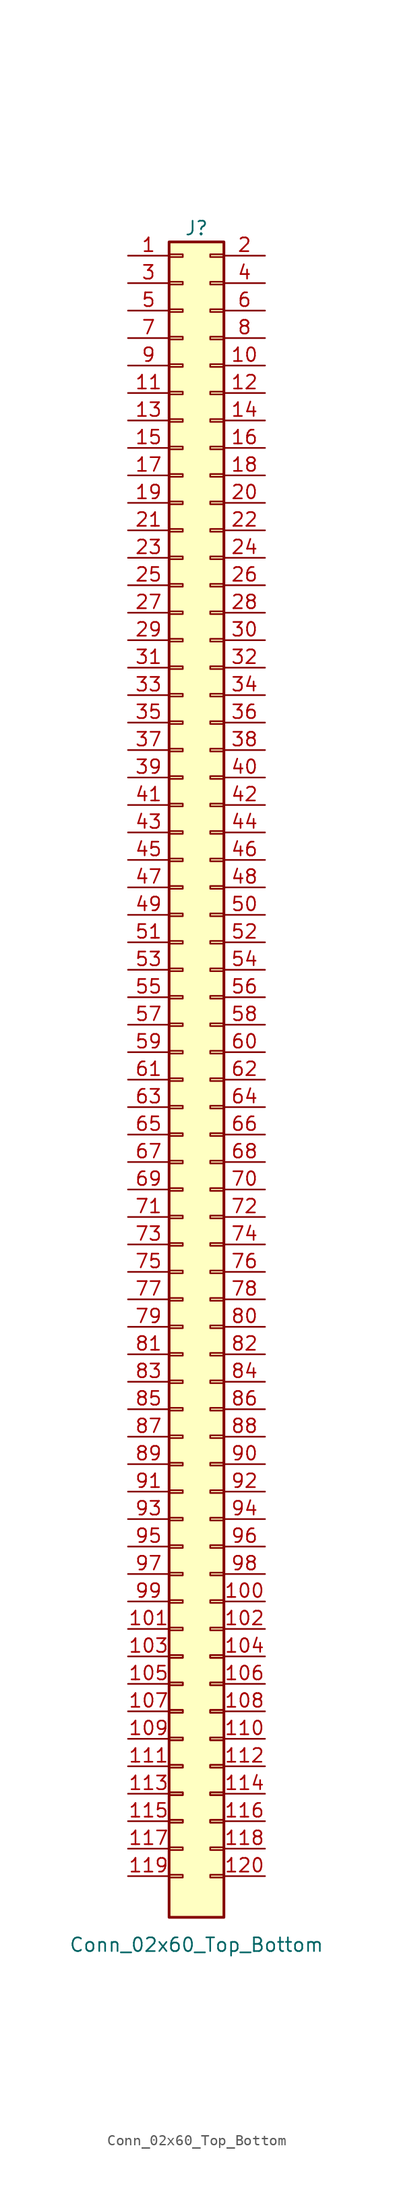
<source format=kicad_sym>
(kicad_symbol_lib
  (version 20220914)
  (generator kicad_symbol_editor)
  (symbol "Conn_02x60_Top_Bottom"
    (pin_names
      (offset 1.016) hide)
    (property "Reference" "J"
      (at 0 1.27 0)
      (effects (font (size 1.27 1.27))))
    (property "Value" "Conn_02x60_Top_Bottom"
      (at 0 -157.48 0)
      (effects (font (size 1.27 1.27))))
    (symbol "Conn_02x60_Top_Bottom_1_1"
      (rectangle (start -2.54 -151.003) (end -1.27 -151.257) (stroke (width 0.152) (type default)) (fill (type none)))
      (rectangle (start -2.54 -148.463) (end -1.27 -148.717) (stroke (width 0.152) (type default)) (fill (type none)))
      (rectangle (start -2.54 -145.923) (end -1.27 -146.177) (stroke (width 0.152) (type default)) (fill (type none)))
      (rectangle (start -2.54 -145.923) (end -1.27 -146.177) (stroke (width 0.152) (type default)) (fill (type none)))
      (rectangle (start -2.54 -143.383) (end -1.27 -143.637) (stroke (width 0.152) (type default)) (fill (type none)))
      (rectangle (start -2.54 -143.383) (end -1.27 -143.637) (stroke (width 0.152) (type default)) (fill (type none)))
      (rectangle (start -2.54 -140.843) (end -1.27 -141.097) (stroke (width 0.152) (type default)) (fill (type none)))
      (rectangle (start -2.54 -140.843) (end -1.27 -141.097) (stroke (width 0.152) (type default)) (fill (type none)))
      (rectangle (start -2.54 -138.303) (end -1.27 -138.557) (stroke (width 0.152) (type default)) (fill (type none)))
      (rectangle (start -2.54 -138.303) (end -1.27 -138.557) (stroke (width 0.152) (type default)) (fill (type none)))
      (rectangle (start -2.54 -135.763) (end -1.27 -136.017) (stroke (width 0.152) (type default)) (fill (type none)))
      (rectangle (start -2.54 -135.763) (end -1.27 -136.017) (stroke (width 0.152) (type default)) (fill (type none)))
      (rectangle (start -2.54 -133.223) (end -1.27 -133.477) (stroke (width 0.152) (type default)) (fill (type none)))
      (rectangle (start -2.54 -133.223) (end -1.27 -133.477) (stroke (width 0.152) (type default)) (fill (type none)))
      (rectangle (start -2.54 -130.683) (end -1.27 -130.937) (stroke (width 0.152) (type default)) (fill (type none)))
      (rectangle (start -2.54 -130.683) (end -1.27 -130.937) (stroke (width 0.152) (type default)) (fill (type none)))
      (rectangle (start -2.54 -128.143) (end -1.27 -128.397) (stroke (width 0.152) (type default)) (fill (type none)))
      (rectangle (start -2.54 -125.603) (end -1.27 -125.857) (stroke (width 0.152) (type default)) (fill (type none)))
      (rectangle (start -2.54 -123.063) (end -1.27 -123.317) (stroke (width 0.152) (type default)) (fill (type none)))
      (rectangle (start -2.54 -120.523) (end -1.27 -120.777) (stroke (width 0.152) (type default)) (fill (type none)))
      (rectangle (start -2.54 -117.983) (end -1.27 -118.237) (stroke (width 0.152) (type default)) (fill (type none)))
      (rectangle (start -2.54 -115.443) (end -1.27 -115.697) (stroke (width 0.152) (type default)) (fill (type none)))
      (rectangle (start -2.54 -112.903) (end -1.27 -113.157) (stroke (width 0.152) (type default)) (fill (type none)))
      (rectangle (start -2.54 -110.363) (end -1.27 -110.617) (stroke (width 0.152) (type default)) (fill (type none)))
      (rectangle (start -2.54 -107.823) (end -1.27 -108.077) (stroke (width 0.152) (type default)) (fill (type none)))
      (rectangle (start -2.54 -105.283) (end -1.27 -105.537) (stroke (width 0.152) (type default)) (fill (type none)))
      (rectangle (start -2.54 -102.743) (end -1.27 -102.997) (stroke (width 0.152) (type default)) (fill (type none)))
      (rectangle (start -2.54 -100.203) (end -1.27 -100.457) (stroke (width 0.152) (type default)) (fill (type none)))
      (rectangle (start -2.54 -97.663) (end -1.27 -97.917) (stroke (width 0.152) (type default)) (fill (type none)))
      (rectangle (start -2.54 -95.123) (end -1.27 -95.377) (stroke (width 0.152) (type default)) (fill (type none)))
      (rectangle (start -2.54 -92.583) (end -1.27 -92.837) (stroke (width 0.152) (type default)) (fill (type none)))
      (rectangle (start -2.54 -90.043) (end -1.27 -90.297) (stroke (width 0.152) (type default)) (fill (type none)))
      (rectangle (start -2.54 -87.503) (end -1.27 -87.757) (stroke (width 0.152) (type default)) (fill (type none)))
      (rectangle (start -2.54 -84.963) (end -1.27 -85.217) (stroke (width 0.152) (type default)) (fill (type none)))
      (rectangle (start -2.54 -82.423) (end -1.27 -82.677) (stroke (width 0.152) (type default)) (fill (type none)))
      (rectangle (start -2.54 -79.883) (end -1.27 -80.137) (stroke (width 0.152) (type default)) (fill (type none)))
      (rectangle (start -2.54 -77.343) (end -1.27 -77.597) (stroke (width 0.152) (type default)) (fill (type none)))
      (rectangle (start -2.54 -74.803) (end -1.27 -75.057) (stroke (width 0.152) (type default)) (fill (type none)))
      (rectangle (start -2.54 -72.263) (end -1.27 -72.517) (stroke (width 0.152) (type default)) (fill (type none)))
      (rectangle (start -2.54 -69.723) (end -1.27 -69.977) (stroke (width 0.152) (type default)) (fill (type none)))
      (rectangle (start -2.54 -67.183) (end -1.27 -67.437) (stroke (width 0.152) (type default)) (fill (type none)))
      (rectangle (start -2.54 -64.643) (end -1.27 -64.897) (stroke (width 0.152) (type default)) (fill (type none)))
      (rectangle (start -2.54 -62.103) (end -1.27 -62.357) (stroke (width 0.152) (type default)) (fill (type none)))
      (rectangle (start -2.54 -59.563) (end -1.27 -59.817) (stroke (width 0.152) (type default)) (fill (type none)))
      (rectangle (start -2.54 -57.023) (end -1.27 -57.277) (stroke (width 0.152) (type default)) (fill (type none)))
      (rectangle (start -2.54 -54.483) (end -1.27 -54.737) (stroke (width 0.152) (type default)) (fill (type none)))
      (rectangle (start -2.54 -51.943) (end -1.27 -52.197) (stroke (width 0.152) (type default)) (fill (type none)))
      (rectangle (start -2.54 -49.403) (end -1.27 -49.657) (stroke (width 0.152) (type default)) (fill (type none)))
      (rectangle (start -2.54 -46.863) (end -1.27 -47.117) (stroke (width 0.152) (type default)) (fill (type none)))
      (rectangle (start -2.54 -44.323) (end -1.27 -44.577) (stroke (width 0.152) (type default)) (fill (type none)))
      (rectangle (start -2.54 -41.783) (end -1.27 -42.037) (stroke (width 0.152) (type default)) (fill (type none)))
      (rectangle (start -2.54 -39.243) (end -1.27 -39.497) (stroke (width 0.152) (type default)) (fill (type none)))
      (rectangle (start -2.54 -36.703) (end -1.27 -36.957) (stroke (width 0.152) (type default)) (fill (type none)))
      (rectangle (start -2.54 -34.163) (end -1.27 -34.417) (stroke (width 0.152) (type default)) (fill (type none)))
      (rectangle (start -2.54 -31.623) (end -1.27 -31.877) (stroke (width 0.152) (type default)) (fill (type none)))
      (rectangle (start -2.54 -29.083) (end -1.27 -29.337) (stroke (width 0.152) (type default)) (fill (type none)))
      (rectangle (start -2.54 -26.543) (end -1.27 -26.797) (stroke (width 0.152) (type default)) (fill (type none)))
      (rectangle (start -2.54 -24.003) (end -1.27 -24.257) (stroke (width 0.152) (type default)) (fill (type none)))
      (rectangle (start -2.54 -21.463) (end -1.27 -21.717) (stroke (width 0.152) (type default)) (fill (type none)))
      (rectangle (start -2.54 -18.923) (end -1.27 -19.177) (stroke (width 0.152) (type default)) (fill (type none)))
      (rectangle (start -2.54 -16.383) (end -1.27 -16.637) (stroke (width 0.152) (type default)) (fill (type none)))
      (rectangle (start -2.54 -13.843) (end -1.27 -14.097) (stroke (width 0.152) (type default)) (fill (type none)))
      (rectangle (start -2.54 -11.303) (end -1.27 -11.557) (stroke (width 0.152) (type default)) (fill (type none)))
      (rectangle (start -2.54 -8.763) (end -1.27 -9.017) (stroke (width 0.152) (type default)) (fill (type none)))
      (rectangle (start -2.54 -6.223) (end -1.27 -6.477) (stroke (width 0.152) (type default)) (fill (type none)))
      (rectangle (start -2.54 -3.683) (end -1.27 -3.937) (stroke (width 0.152) (type default)) (fill (type none)))
      (rectangle (start -2.54 -1.143) (end -1.27 -1.397) (stroke (width 0.152) (type default)) (fill (type none)))
      (rectangle (start -2.54 0) (end 2.54 -154.94) (stroke (width 0.254) (type default)) (fill (type background)))
      (rectangle (start 2.54 -151.003) (end 1.27 -151.257) (stroke (width 0.152) (type default)) (fill (type none)))
      (rectangle (start 2.54 -148.463) (end 1.27 -148.717) (stroke (width 0.152) (type default)) (fill (type none)))
      (rectangle (start 2.54 -145.923) (end 1.27 -146.177) (stroke (width 0.152) (type default)) (fill (type none)))
      (rectangle (start 2.54 -145.923) (end 1.27 -146.177) (stroke (width 0.152) (type default)) (fill (type none)))
      (rectangle (start 2.54 -143.383) (end 1.27 -143.637) (stroke (width 0.152) (type default)) (fill (type none)))
      (rectangle (start 2.54 -143.383) (end 1.27 -143.637) (stroke (width 0.152) (type default)) (fill (type none)))
      (rectangle (start 2.54 -140.843) (end 1.27 -141.097) (stroke (width 0.152) (type default)) (fill (type none)))
      (rectangle (start 2.54 -140.843) (end 1.27 -141.097) (stroke (width 0.152) (type default)) (fill (type none)))
      (rectangle (start 2.54 -138.303) (end 1.27 -138.557) (stroke (width 0.152) (type default)) (fill (type none)))
      (rectangle (start 2.54 -138.303) (end 1.27 -138.557) (stroke (width 0.152) (type default)) (fill (type none)))
      (rectangle (start 2.54 -135.763) (end 1.27 -136.017) (stroke (width 0.152) (type default)) (fill (type none)))
      (rectangle (start 2.54 -135.763) (end 1.27 -136.017) (stroke (width 0.152) (type default)) (fill (type none)))
      (rectangle (start 2.54 -133.223) (end 1.27 -133.477) (stroke (width 0.152) (type default)) (fill (type none)))
      (rectangle (start 2.54 -133.223) (end 1.27 -133.477) (stroke (width 0.152) (type default)) (fill (type none)))
      (rectangle (start 2.54 -130.683) (end 1.27 -130.937) (stroke (width 0.152) (type default)) (fill (type none)))
      (rectangle (start 2.54 -130.683) (end 1.27 -130.937) (stroke (width 0.152) (type default)) (fill (type none)))
      (rectangle (start 2.54 -128.143) (end 1.27 -128.397) (stroke (width 0.152) (type default)) (fill (type none)))
      (rectangle (start 2.54 -125.603) (end 1.27 -125.857) (stroke (width 0.152) (type default)) (fill (type none)))
      (rectangle (start 2.54 -123.063) (end 1.27 -123.317) (stroke (width 0.152) (type default)) (fill (type none)))
      (rectangle (start 2.54 -120.523) (end 1.27 -120.777) (stroke (width 0.152) (type default)) (fill (type none)))
      (rectangle (start 2.54 -117.983) (end 1.27 -118.237) (stroke (width 0.152) (type default)) (fill (type none)))
      (rectangle (start 2.54 -115.443) (end 1.27 -115.697) (stroke (width 0.152) (type default)) (fill (type none)))
      (rectangle (start 2.54 -112.903) (end 1.27 -113.157) (stroke (width 0.152) (type default)) (fill (type none)))
      (rectangle (start 2.54 -110.363) (end 1.27 -110.617) (stroke (width 0.152) (type default)) (fill (type none)))
      (rectangle (start 2.54 -107.823) (end 1.27 -108.077) (stroke (width 0.152) (type default)) (fill (type none)))
      (rectangle (start 2.54 -105.283) (end 1.27 -105.537) (stroke (width 0.152) (type default)) (fill (type none)))
      (rectangle (start 2.54 -102.743) (end 1.27 -102.997) (stroke (width 0.152) (type default)) (fill (type none)))
      (rectangle (start 2.54 -100.203) (end 1.27 -100.457) (stroke (width 0.152) (type default)) (fill (type none)))
      (rectangle (start 2.54 -97.663) (end 1.27 -97.917) (stroke (width 0.152) (type default)) (fill (type none)))
      (rectangle (start 2.54 -95.123) (end 1.27 -95.377) (stroke (width 0.152) (type default)) (fill (type none)))
      (rectangle (start 2.54 -92.583) (end 1.27 -92.837) (stroke (width 0.152) (type default)) (fill (type none)))
      (rectangle (start 2.54 -90.043) (end 1.27 -90.297) (stroke (width 0.152) (type default)) (fill (type none)))
      (rectangle (start 2.54 -87.503) (end 1.27 -87.757) (stroke (width 0.152) (type default)) (fill (type none)))
      (rectangle (start 2.54 -84.963) (end 1.27 -85.217) (stroke (width 0.152) (type default)) (fill (type none)))
      (rectangle (start 2.54 -82.423) (end 1.27 -82.677) (stroke (width 0.152) (type default)) (fill (type none)))
      (rectangle (start 2.54 -79.883) (end 1.27 -80.137) (stroke (width 0.152) (type default)) (fill (type none)))
      (rectangle (start 2.54 -77.343) (end 1.27 -77.597) (stroke (width 0.152) (type default)) (fill (type none)))
      (rectangle (start 2.54 -74.803) (end 1.27 -75.057) (stroke (width 0.152) (type default)) (fill (type none)))
      (rectangle (start 2.54 -72.263) (end 1.27 -72.517) (stroke (width 0.152) (type default)) (fill (type none)))
      (rectangle (start 2.54 -69.723) (end 1.27 -69.977) (stroke (width 0.152) (type default)) (fill (type none)))
      (rectangle (start 2.54 -67.183) (end 1.27 -67.437) (stroke (width 0.152) (type default)) (fill (type none)))
      (rectangle (start 2.54 -64.643) (end 1.27 -64.897) (stroke (width 0.152) (type default)) (fill (type none)))
      (rectangle (start 2.54 -62.103) (end 1.27 -62.357) (stroke (width 0.152) (type default)) (fill (type none)))
      (rectangle (start 2.54 -59.563) (end 1.27 -59.817) (stroke (width 0.152) (type default)) (fill (type none)))
      (rectangle (start 2.54 -57.023) (end 1.27 -57.277) (stroke (width 0.152) (type default)) (fill (type none)))
      (rectangle (start 2.54 -54.483) (end 1.27 -54.737) (stroke (width 0.152) (type default)) (fill (type none)))
      (rectangle (start 2.54 -51.943) (end 1.27 -52.197) (stroke (width 0.152) (type default)) (fill (type none)))
      (rectangle (start 2.54 -49.403) (end 1.27 -49.657) (stroke (width 0.152) (type default)) (fill (type none)))
      (rectangle (start 2.54 -46.863) (end 1.27 -47.117) (stroke (width 0.152) (type default)) (fill (type none)))
      (rectangle (start 2.54 -44.323) (end 1.27 -44.577) (stroke (width 0.152) (type default)) (fill (type none)))
      (rectangle (start 2.54 -41.783) (end 1.27 -42.037) (stroke (width 0.152) (type default)) (fill (type none)))
      (rectangle (start 2.54 -39.243) (end 1.27 -39.497) (stroke (width 0.152) (type default)) (fill (type none)))
      (rectangle (start 2.54 -36.703) (end 1.27 -36.957) (stroke (width 0.152) (type default)) (fill (type none)))
      (rectangle (start 2.54 -34.163) (end 1.27 -34.417) (stroke (width 0.152) (type default)) (fill (type none)))
      (rectangle (start 2.54 -31.623) (end 1.27 -31.877) (stroke (width 0.152) (type default)) (fill (type none)))
      (rectangle (start 2.54 -29.083) (end 1.27 -29.337) (stroke (width 0.152) (type default)) (fill (type none)))
      (rectangle (start 2.54 -26.543) (end 1.27 -26.797) (stroke (width 0.152) (type default)) (fill (type none)))
      (rectangle (start 2.54 -24.003) (end 1.27 -24.257) (stroke (width 0.152) (type default)) (fill (type none)))
      (rectangle (start 2.54 -21.463) (end 1.27 -21.717) (stroke (width 0.152) (type default)) (fill (type none)))
      (rectangle (start 2.54 -18.923) (end 1.27 -19.177) (stroke (width 0.152) (type default)) (fill (type none)))
      (rectangle (start 2.54 -16.383) (end 1.27 -16.637) (stroke (width 0.152) (type default)) (fill (type none)))
      (rectangle (start 2.54 -13.843) (end 1.27 -14.097) (stroke (width 0.152) (type default)) (fill (type none)))
      (rectangle (start 2.54 -11.303) (end 1.27 -11.557) (stroke (width 0.152) (type default)) (fill (type none)))
      (rectangle (start 2.54 -8.763) (end 1.27 -9.017) (stroke (width 0.152) (type default)) (fill (type none)))
      (rectangle (start 2.54 -6.223) (end 1.27 -6.477) (stroke (width 0.152) (type default)) (fill (type none)))
      (rectangle (start 2.54 -3.683) (end 1.27 -3.937) (stroke (width 0.152) (type default)) (fill (type none)))
      (rectangle (start 2.54 -1.143) (end 1.27 -1.397) (stroke (width 0.152) (type default)) (fill (type none)))
      (pin passive line (at -6.35 -1.27 0) (length 3.81) (name "Pin_1" (effects (font (size 1.27 1.27)))) (number "1" (effects (font (size 1.27 1.27)))))
      (pin passive line (at 6.35 -11.43 180) (length 3.81) (name "Pin_10" (effects (font (size 1.27 1.27)))) (number "10" (effects (font (size 1.27 1.27)))))
      (pin passive line (at 6.35 -125.73 180) (length 3.81) (name "Pin_100" (effects (font (size 1.27 1.27)))) (number "100" (effects (font (size 1.27 1.27)))))
      (pin passive line (at -6.35 -128.27 0) (length 3.81) (name "Pin_101" (effects (font (size 1.27 1.27)))) (number "101" (effects (font (size 1.27 1.27)))))
      (pin passive line (at 6.35 -128.27 180) (length 3.81) (name "Pin_102" (effects (font (size 1.27 1.27)))) (number "102" (effects (font (size 1.27 1.27)))))
      (pin passive line (at -6.35 -130.81 0) (length 3.81) (name "Pin_103" (effects (font (size 1.27 1.27)))) (number "103" (effects (font (size 1.27 1.27)))))
      (pin passive line (at 6.35 -130.81 180) (length 3.81) (name "Pin_104" (effects (font (size 1.27 1.27)))) (number "104" (effects (font (size 1.27 1.27)))))
      (pin passive line (at -6.35 -133.35 0) (length 3.81) (name "Pin_105" (effects (font (size 1.27 1.27)))) (number "105" (effects (font (size 1.27 1.27)))))
      (pin passive line (at 6.35 -133.35 180) (length 3.81) (name "Pin_106" (effects (font (size 1.27 1.27)))) (number "106" (effects (font (size 1.27 1.27)))))
      (pin passive line (at -6.35 -135.89 0) (length 3.81) (name "Pin_107" (effects (font (size 1.27 1.27)))) (number "107" (effects (font (size 1.27 1.27)))))
      (pin passive line (at 6.35 -135.89 180) (length 3.81) (name "Pin_108" (effects (font (size 1.27 1.27)))) (number "108" (effects (font (size 1.27 1.27)))))
      (pin passive line (at -6.35 -138.43 0) (length 3.81) (name "Pin_109" (effects (font (size 1.27 1.27)))) (number "109" (effects (font (size 1.27 1.27)))))
      (pin passive line (at -6.35 -13.97 0) (length 3.81) (name "Pin_11" (effects (font (size 1.27 1.27)))) (number "11" (effects (font (size 1.27 1.27)))))
      (pin passive line (at 6.35 -138.43 180) (length 3.81) (name "Pin_110" (effects (font (size 1.27 1.27)))) (number "110" (effects (font (size 1.27 1.27)))))
      (pin passive line (at -6.35 -140.97 0) (length 3.81) (name "Pin_111" (effects (font (size 1.27 1.27)))) (number "111" (effects (font (size 1.27 1.27)))))
      (pin passive line (at 6.35 -140.97 180) (length 3.81) (name "Pin_112" (effects (font (size 1.27 1.27)))) (number "112" (effects (font (size 1.27 1.27)))))
      (pin passive line (at -6.35 -143.51 0) (length 3.81) (name "Pin_113" (effects (font (size 1.27 1.27)))) (number "113" (effects (font (size 1.27 1.27)))))
      (pin passive line (at 6.35 -143.51 180) (length 3.81) (name "Pin_114" (effects (font (size 1.27 1.27)))) (number "114" (effects (font (size 1.27 1.27)))))
      (pin passive line (at -6.35 -146.05 0) (length 3.81) (name "Pin_115" (effects (font (size 1.27 1.27)))) (number "115" (effects (font (size 1.27 1.27)))))
      (pin passive line (at 6.35 -146.05 180) (length 3.81) (name "Pin_116" (effects (font (size 1.27 1.27)))) (number "116" (effects (font (size 1.27 1.27)))))
      (pin passive line (at -6.35 -148.59 0) (length 3.81) (name "Pin_117" (effects (font (size 1.27 1.27)))) (number "117" (effects (font (size 1.27 1.27)))))
      (pin passive line (at 6.35 -148.59 180) (length 3.81) (name "Pin_118" (effects (font (size 1.27 1.27)))) (number "118" (effects (font (size 1.27 1.27)))))
      (pin passive line (at -6.35 -151.13 0) (length 3.81) (name "Pin_119" (effects (font (size 1.27 1.27)))) (number "119" (effects (font (size 1.27 1.27)))))
      (pin passive line (at 6.35 -13.97 180) (length 3.81) (name "Pin_12" (effects (font (size 1.27 1.27)))) (number "12" (effects (font (size 1.27 1.27)))))
      (pin passive line (at 6.35 -151.13 180) (length 3.81) (name "Pin_120" (effects (font (size 1.27 1.27)))) (number "120" (effects (font (size 1.27 1.27)))))
      (pin passive line (at -6.35 -16.51 0) (length 3.81) (name "Pin_13" (effects (font (size 1.27 1.27)))) (number "13" (effects (font (size 1.27 1.27)))))
      (pin passive line (at 6.35 -16.51 180) (length 3.81) (name "Pin_14" (effects (font (size 1.27 1.27)))) (number "14" (effects (font (size 1.27 1.27)))))
      (pin passive line (at -6.35 -19.05 0) (length 3.81) (name "Pin_15" (effects (font (size 1.27 1.27)))) (number "15" (effects (font (size 1.27 1.27)))))
      (pin passive line (at 6.35 -19.05 180) (length 3.81) (name "Pin_16" (effects (font (size 1.27 1.27)))) (number "16" (effects (font (size 1.27 1.27)))))
      (pin passive line (at -6.35 -21.59 0) (length 3.81) (name "Pin_17" (effects (font (size 1.27 1.27)))) (number "17" (effects (font (size 1.27 1.27)))))
      (pin passive line (at 6.35 -21.59 180) (length 3.81) (name "Pin_18" (effects (font (size 1.27 1.27)))) (number "18" (effects (font (size 1.27 1.27)))))
      (pin passive line (at -6.35 -24.13 0) (length 3.81) (name "Pin_19" (effects (font (size 1.27 1.27)))) (number "19" (effects (font (size 1.27 1.27)))))
      (pin passive line (at 6.35 -1.27 180) (length 3.81) (name "Pin_2" (effects (font (size 1.27 1.27)))) (number "2" (effects (font (size 1.27 1.27)))))
      (pin passive line (at 6.35 -24.13 180) (length 3.81) (name "Pin_20" (effects (font (size 1.27 1.27)))) (number "20" (effects (font (size 1.27 1.27)))))
      (pin passive line (at -6.35 -26.67 0) (length 3.81) (name "Pin_21" (effects (font (size 1.27 1.27)))) (number "21" (effects (font (size 1.27 1.27)))))
      (pin passive line (at 6.35 -26.67 180) (length 3.81) (name "Pin_22" (effects (font (size 1.27 1.27)))) (number "22" (effects (font (size 1.27 1.27)))))
      (pin passive line (at -6.35 -29.21 0) (length 3.81) (name "Pin_23" (effects (font (size 1.27 1.27)))) (number "23" (effects (font (size 1.27 1.27)))))
      (pin passive line (at 6.35 -29.21 180) (length 3.81) (name "Pin_24" (effects (font (size 1.27 1.27)))) (number "24" (effects (font (size 1.27 1.27)))))
      (pin passive line (at -6.35 -31.75 0) (length 3.81) (name "Pin_25" (effects (font (size 1.27 1.27)))) (number "25" (effects (font (size 1.27 1.27)))))
      (pin passive line (at 6.35 -31.75 180) (length 3.81) (name "Pin_26" (effects (font (size 1.27 1.27)))) (number "26" (effects (font (size 1.27 1.27)))))
      (pin passive line (at -6.35 -34.29 0) (length 3.81) (name "Pin_27" (effects (font (size 1.27 1.27)))) (number "27" (effects (font (size 1.27 1.27)))))
      (pin passive line (at 6.35 -34.29 180) (length 3.81) (name "Pin_28" (effects (font (size 1.27 1.27)))) (number "28" (effects (font (size 1.27 1.27)))))
      (pin passive line (at -6.35 -36.83 0) (length 3.81) (name "Pin_29" (effects (font (size 1.27 1.27)))) (number "29" (effects (font (size 1.27 1.27)))))
      (pin passive line (at -6.35 -3.81 0) (length 3.81) (name "Pin_3" (effects (font (size 1.27 1.27)))) (number "3" (effects (font (size 1.27 1.27)))))
      (pin passive line (at 6.35 -36.83 180) (length 3.81) (name "Pin_30" (effects (font (size 1.27 1.27)))) (number "30" (effects (font (size 1.27 1.27)))))
      (pin passive line (at -6.35 -39.37 0) (length 3.81) (name "Pin_31" (effects (font (size 1.27 1.27)))) (number "31" (effects (font (size 1.27 1.27)))))
      (pin passive line (at 6.35 -39.37 180) (length 3.81) (name "Pin_32" (effects (font (size 1.27 1.27)))) (number "32" (effects (font (size 1.27 1.27)))))
      (pin passive line (at -6.35 -41.91 0) (length 3.81) (name "Pin_33" (effects (font (size 1.27 1.27)))) (number "33" (effects (font (size 1.27 1.27)))))
      (pin passive line (at 6.35 -41.91 180) (length 3.81) (name "Pin_34" (effects (font (size 1.27 1.27)))) (number "34" (effects (font (size 1.27 1.27)))))
      (pin passive line (at -6.35 -44.45 0) (length 3.81) (name "Pin_35" (effects (font (size 1.27 1.27)))) (number "35" (effects (font (size 1.27 1.27)))))
      (pin passive line (at 6.35 -44.45 180) (length 3.81) (name "Pin_36" (effects (font (size 1.27 1.27)))) (number "36" (effects (font (size 1.27 1.27)))))
      (pin passive line (at -6.35 -46.99 0) (length 3.81) (name "Pin_37" (effects (font (size 1.27 1.27)))) (number "37" (effects (font (size 1.27 1.27)))))
      (pin passive line (at 6.35 -46.99 180) (length 3.81) (name "Pin_38" (effects (font (size 1.27 1.27)))) (number "38" (effects (font (size 1.27 1.27)))))
      (pin passive line (at -6.35 -49.53 0) (length 3.81) (name "Pin_39" (effects (font (size 1.27 1.27)))) (number "39" (effects (font (size 1.27 1.27)))))
      (pin passive line (at 6.35 -3.81 180) (length 3.81) (name "Pin_4" (effects (font (size 1.27 1.27)))) (number "4" (effects (font (size 1.27 1.27)))))
      (pin passive line (at 6.35 -49.53 180) (length 3.81) (name "Pin_40" (effects (font (size 1.27 1.27)))) (number "40" (effects (font (size 1.27 1.27)))))
      (pin passive line (at -6.35 -52.07 0) (length 3.81) (name "Pin_41" (effects (font (size 1.27 1.27)))) (number "41" (effects (font (size 1.27 1.27)))))
      (pin passive line (at 6.35 -52.07 180) (length 3.81) (name "Pin_42" (effects (font (size 1.27 1.27)))) (number "42" (effects (font (size 1.27 1.27)))))
      (pin passive line (at -6.35 -54.61 0) (length 3.81) (name "Pin_43" (effects (font (size 1.27 1.27)))) (number "43" (effects (font (size 1.27 1.27)))))
      (pin passive line (at 6.35 -54.61 180) (length 3.81) (name "Pin_44" (effects (font (size 1.27 1.27)))) (number "44" (effects (font (size 1.27 1.27)))))
      (pin passive line (at -6.35 -57.15 0) (length 3.81) (name "Pin_45" (effects (font (size 1.27 1.27)))) (number "45" (effects (font (size 1.27 1.27)))))
      (pin passive line (at 6.35 -57.15 180) (length 3.81) (name "Pin_46" (effects (font (size 1.27 1.27)))) (number "46" (effects (font (size 1.27 1.27)))))
      (pin passive line (at -6.35 -59.69 0) (length 3.81) (name "Pin_47" (effects (font (size 1.27 1.27)))) (number "47" (effects (font (size 1.27 1.27)))))
      (pin passive line (at 6.35 -59.69 180) (length 3.81) (name "Pin_48" (effects (font (size 1.27 1.27)))) (number "48" (effects (font (size 1.27 1.27)))))
      (pin passive line (at -6.35 -62.23 0) (length 3.81) (name "Pin_49" (effects (font (size 1.27 1.27)))) (number "49" (effects (font (size 1.27 1.27)))))
      (pin passive line (at -6.35 -6.35 0) (length 3.81) (name "Pin_5" (effects (font (size 1.27 1.27)))) (number "5" (effects (font (size 1.27 1.27)))))
      (pin passive line (at 6.35 -62.23 180) (length 3.81) (name "Pin_50" (effects (font (size 1.27 1.27)))) (number "50" (effects (font (size 1.27 1.27)))))
      (pin passive line (at -6.35 -64.77 0) (length 3.81) (name "Pin_51" (effects (font (size 1.27 1.27)))) (number "51" (effects (font (size 1.27 1.27)))))
      (pin passive line (at 6.35 -64.77 180) (length 3.81) (name "Pin_52" (effects (font (size 1.27 1.27)))) (number "52" (effects (font (size 1.27 1.27)))))
      (pin passive line (at -6.35 -67.31 0) (length 3.81) (name "Pin_53" (effects (font (size 1.27 1.27)))) (number "53" (effects (font (size 1.27 1.27)))))
      (pin passive line (at 6.35 -67.31 180) (length 3.81) (name "Pin_54" (effects (font (size 1.27 1.27)))) (number "54" (effects (font (size 1.27 1.27)))))
      (pin passive line (at -6.35 -69.85 0) (length 3.81) (name "Pin_55" (effects (font (size 1.27 1.27)))) (number "55" (effects (font (size 1.27 1.27)))))
      (pin passive line (at 6.35 -69.85 180) (length 3.81) (name "Pin_56" (effects (font (size 1.27 1.27)))) (number "56" (effects (font (size 1.27 1.27)))))
      (pin passive line (at -6.35 -72.39 0) (length 3.81) (name "Pin_57" (effects (font (size 1.27 1.27)))) (number "57" (effects (font (size 1.27 1.27)))))
      (pin passive line (at 6.35 -72.39 180) (length 3.81) (name "Pin_58" (effects (font (size 1.27 1.27)))) (number "58" (effects (font (size 1.27 1.27)))))
      (pin passive line (at -6.35 -74.93 0) (length 3.81) (name "Pin_59" (effects (font (size 1.27 1.27)))) (number "59" (effects (font (size 1.27 1.27)))))
      (pin passive line (at 6.35 -6.35 180) (length 3.81) (name "Pin_6" (effects (font (size 1.27 1.27)))) (number "6" (effects (font (size 1.27 1.27)))))
      (pin passive line (at 6.35 -74.93 180) (length 3.81) (name "Pin_60" (effects (font (size 1.27 1.27)))) (number "60" (effects (font (size 1.27 1.27)))))
      (pin passive line (at -6.35 -77.47 0) (length 3.81) (name "Pin_61" (effects (font (size 1.27 1.27)))) (number "61" (effects (font (size 1.27 1.27)))))
      (pin passive line (at 6.35 -77.47 180) (length 3.81) (name "Pin_62" (effects (font (size 1.27 1.27)))) (number "62" (effects (font (size 1.27 1.27)))))
      (pin passive line (at -6.35 -80.01 0) (length 3.81) (name "Pin_63" (effects (font (size 1.27 1.27)))) (number "63" (effects (font (size 1.27 1.27)))))
      (pin passive line (at 6.35 -80.01 180) (length 3.81) (name "Pin_64" (effects (font (size 1.27 1.27)))) (number "64" (effects (font (size 1.27 1.27)))))
      (pin passive line (at -6.35 -82.55 0) (length 3.81) (name "Pin_65" (effects (font (size 1.27 1.27)))) (number "65" (effects (font (size 1.27 1.27)))))
      (pin passive line (at 6.35 -82.55 180) (length 3.81) (name "Pin_66" (effects (font (size 1.27 1.27)))) (number "66" (effects (font (size 1.27 1.27)))))
      (pin passive line (at -6.35 -85.09 0) (length 3.81) (name "Pin_67" (effects (font (size 1.27 1.27)))) (number "67" (effects (font (size 1.27 1.27)))))
      (pin passive line (at 6.35 -85.09 180) (length 3.81) (name "Pin_68" (effects (font (size 1.27 1.27)))) (number "68" (effects (font (size 1.27 1.27)))))
      (pin passive line (at -6.35 -87.63 0) (length 3.81) (name "Pin_69" (effects (font (size 1.27 1.27)))) (number "69" (effects (font (size 1.27 1.27)))))
      (pin passive line (at -6.35 -8.89 0) (length 3.81) (name "Pin_7" (effects (font (size 1.27 1.27)))) (number "7" (effects (font (size 1.27 1.27)))))
      (pin passive line (at 6.35 -87.63 180) (length 3.81) (name "Pin_70" (effects (font (size 1.27 1.27)))) (number "70" (effects (font (size 1.27 1.27)))))
      (pin passive line (at -6.35 -90.17 0) (length 3.81) (name "Pin_71" (effects (font (size 1.27 1.27)))) (number "71" (effects (font (size 1.27 1.27)))))
      (pin passive line (at 6.35 -90.17 180) (length 3.81) (name "Pin_72" (effects (font (size 1.27 1.27)))) (number "72" (effects (font (size 1.27 1.27)))))
      (pin passive line (at -6.35 -92.71 0) (length 3.81) (name "Pin_73" (effects (font (size 1.27 1.27)))) (number "73" (effects (font (size 1.27 1.27)))))
      (pin passive line (at 6.35 -92.71 180) (length 3.81) (name "Pin_74" (effects (font (size 1.27 1.27)))) (number "74" (effects (font (size 1.27 1.27)))))
      (pin passive line (at -6.35 -95.25 0) (length 3.81) (name "Pin_75" (effects (font (size 1.27 1.27)))) (number "75" (effects (font (size 1.27 1.27)))))
      (pin passive line (at 6.35 -95.25 180) (length 3.81) (name "Pin_76" (effects (font (size 1.27 1.27)))) (number "76" (effects (font (size 1.27 1.27)))))
      (pin passive line (at -6.35 -97.79 0) (length 3.81) (name "Pin_77" (effects (font (size 1.27 1.27)))) (number "77" (effects (font (size 1.27 1.27)))))
      (pin passive line (at 6.35 -97.79 180) (length 3.81) (name "Pin_78" (effects (font (size 1.27 1.27)))) (number "78" (effects (font (size 1.27 1.27)))))
      (pin passive line (at -6.35 -100.33 0) (length 3.81) (name "Pin_79" (effects (font (size 1.27 1.27)))) (number "79" (effects (font (size 1.27 1.27)))))
      (pin passive line (at 6.35 -8.89 180) (length 3.81) (name "Pin_8" (effects (font (size 1.27 1.27)))) (number "8" (effects (font (size 1.27 1.27)))))
      (pin passive line (at 6.35 -100.33 180) (length 3.81) (name "Pin_80" (effects (font (size 1.27 1.27)))) (number "80" (effects (font (size 1.27 1.27)))))
      (pin passive line (at -6.35 -102.87 0) (length 3.81) (name "Pin_81" (effects (font (size 1.27 1.27)))) (number "81" (effects (font (size 1.27 1.27)))))
      (pin passive line (at 6.35 -102.87 180) (length 3.81) (name "Pin_82" (effects (font (size 1.27 1.27)))) (number "82" (effects (font (size 1.27 1.27)))))
      (pin passive line (at -6.35 -105.41 0) (length 3.81) (name "Pin_83" (effects (font (size 1.27 1.27)))) (number "83" (effects (font (size 1.27 1.27)))))
      (pin passive line (at 6.35 -105.41 180) (length 3.81) (name "Pin_84" (effects (font (size 1.27 1.27)))) (number "84" (effects (font (size 1.27 1.27)))))
      (pin passive line (at -6.35 -107.95 0) (length 3.81) (name "Pin_85" (effects (font (size 1.27 1.27)))) (number "85" (effects (font (size 1.27 1.27)))))
      (pin passive line (at 6.35 -107.95 180) (length 3.81) (name "Pin_86" (effects (font (size 1.27 1.27)))) (number "86" (effects (font (size 1.27 1.27)))))
      (pin passive line (at -6.35 -110.49 0) (length 3.81) (name "Pin_87" (effects (font (size 1.27 1.27)))) (number "87" (effects (font (size 1.27 1.27)))))
      (pin passive line (at 6.35 -110.49 180) (length 3.81) (name "Pin_88" (effects (font (size 1.27 1.27)))) (number "88" (effects (font (size 1.27 1.27)))))
      (pin passive line (at -6.35 -113.03 0) (length 3.81) (name "Pin_89" (effects (font (size 1.27 1.27)))) (number "89" (effects (font (size 1.27 1.27)))))
      (pin passive line (at -6.35 -11.43 0) (length 3.81) (name "Pin_9" (effects (font (size 1.27 1.27)))) (number "9" (effects (font (size 1.27 1.27)))))
      (pin passive line (at 6.35 -113.03 180) (length 3.81) (name "Pin_90" (effects (font (size 1.27 1.27)))) (number "90" (effects (font (size 1.27 1.27)))))
      (pin passive line (at -6.35 -115.57 0) (length 3.81) (name "Pin_91" (effects (font (size 1.27 1.27)))) (number "91" (effects (font (size 1.27 1.27)))))
      (pin passive line (at 6.35 -115.57 180) (length 3.81) (name "Pin_92" (effects (font (size 1.27 1.27)))) (number "92" (effects (font (size 1.27 1.27)))))
      (pin passive line (at -6.35 -118.11 0) (length 3.81) (name "Pin93" (effects (font (size 1.27 1.27)))) (number "93" (effects (font (size 1.27 1.27)))))
      (pin passive line (at 6.35 -118.11 180) (length 3.81) (name "Pin_94" (effects (font (size 1.27 1.27)))) (number "94" (effects (font (size 1.27 1.27)))))
      (pin passive line (at -6.35 -120.65 0) (length 3.81) (name "Pin_95" (effects (font (size 1.27 1.27)))) (number "95" (effects (font (size 1.27 1.27)))))
      (pin passive line (at 6.35 -120.65 180) (length 3.81) (name "Pin_96" (effects (font (size 1.27 1.27)))) (number "96" (effects (font (size 1.27 1.27)))))
      (pin passive line (at -6.35 -123.19 0) (length 3.81) (name "Pin_97" (effects (font (size 1.27 1.27)))) (number "97" (effects (font (size 1.27 1.27)))))
      (pin passive line (at 6.35 -123.19 180) (length 3.81) (name "Pin_98" (effects (font (size 1.27 1.27)))) (number "98" (effects (font (size 1.27 1.27)))))
      (pin passive line (at -6.35 -125.73 0) (length 3.81) (name "Pin_99" (effects (font (size 1.27 1.27)))) (number "99" (effects (font (size 1.27 1.27))))))))
</source>
